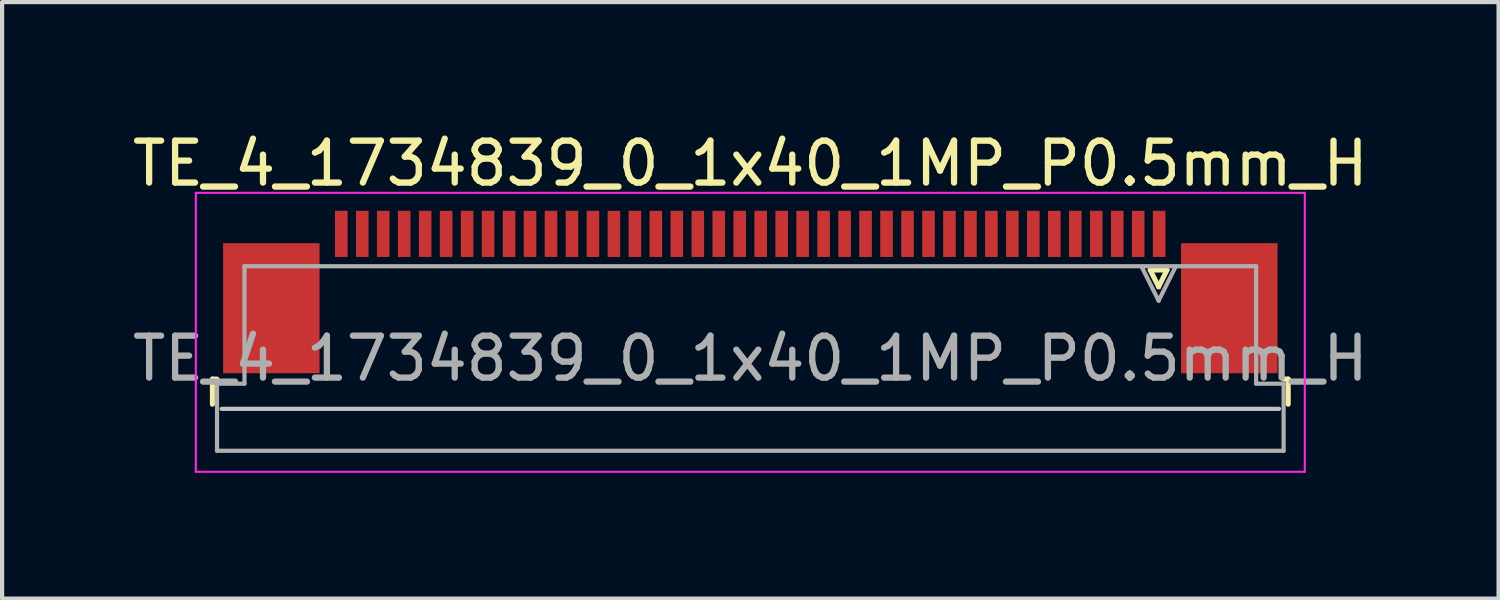
<source format=kicad_pcb>
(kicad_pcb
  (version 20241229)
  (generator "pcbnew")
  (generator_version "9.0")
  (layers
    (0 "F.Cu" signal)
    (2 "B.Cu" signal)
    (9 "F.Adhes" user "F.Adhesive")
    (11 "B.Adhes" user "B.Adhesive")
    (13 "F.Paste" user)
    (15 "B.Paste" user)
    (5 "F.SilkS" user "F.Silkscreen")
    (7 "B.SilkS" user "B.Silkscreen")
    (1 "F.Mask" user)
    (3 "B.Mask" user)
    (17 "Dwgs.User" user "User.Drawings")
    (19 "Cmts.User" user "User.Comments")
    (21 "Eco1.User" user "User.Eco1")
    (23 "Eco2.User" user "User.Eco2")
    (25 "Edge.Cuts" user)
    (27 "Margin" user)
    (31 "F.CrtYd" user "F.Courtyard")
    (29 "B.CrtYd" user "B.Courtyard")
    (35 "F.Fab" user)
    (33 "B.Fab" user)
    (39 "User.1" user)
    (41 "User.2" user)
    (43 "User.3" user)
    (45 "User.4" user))
  (footprint "TE_4_1734839_0_1x40_1MP_P0.5mm_H"
    (layer "F.Cu")
    (at 14.839 3.948)
    (property "Reference" "TE_4_1734839_0_1x40_1MP_P0.5mm_H" (at 0 -3.1 0) (layer "F.SilkS") (effects (font (size 1 1) (thickness 0.15))))
    (attr smd)
    (fp_line (start -12.825 2.04) (end -12.825 2.64) (stroke (width 0.12) (type solid)) (layer "F.SilkS"))
    (fp_line (start -12.715 2.04) (end -12.825 2.04) (stroke (width 0.12) (type solid)) (layer "F.SilkS"))
    (fp_line (start 9.535 -0.56) (end 9.735 -0.16) (stroke (width 0.12) (type solid)) (layer "F.SilkS"))
    (fp_line (start 9.735 -0.16) (end 9.935 -0.56) (stroke (width 0.12) (type solid)) (layer "F.SilkS"))
    (fp_line (start 9.935 -0.56) (end 9.535 -0.56) (stroke (width 0.12) (type solid)) (layer "F.SilkS"))
    (fp_line (start 12.715 2.04) (end 12.825 2.04) (stroke (width 0.12) (type solid)) (layer "F.SilkS"))
    (fp_line (start 12.825 2.04) (end 12.825 2.64) (stroke (width 0.12) (type solid)) (layer "F.SilkS"))
    (fp_line (start 12.605 2.75) (end -12.605 2.75) (stroke (width 0.1) (type solid)) (layer "Dwgs.User"))
    (fp_line (start -13.22 -2.4) (end -13.22 4.25) (stroke (width 0.05) (type solid)) (layer "F.CrtYd"))
    (fp_line (start -13.22 4.25) (end 13.22 4.25) (stroke (width 0.05) (type solid)) (layer "F.CrtYd"))
    (fp_line (start 13.22 -2.4) (end -13.22 -2.4) (stroke (width 0.05) (type solid)) (layer "F.CrtYd"))
    (fp_line (start 13.22 4.25) (end 13.22 -2.4) (stroke (width 0.05) (type solid)) (layer "F.CrtYd"))
    (fp_line (start -12.715 2.15) (end -12.06 2.15) (stroke (width 0.1) (type solid)) (layer "F.Fab"))
    (fp_line (start -12.715 3.75) (end -12.715 2.15) (stroke (width 0.1) (type solid)) (layer "F.Fab"))
    (fp_line (start -12.06 -0.65) (end 12.06 -0.65) (stroke (width 0.1) (type solid)) (layer "F.Fab"))
    (fp_line (start -12.06 2.15) (end -12.06 -0.65) (stroke (width 0.1) (type solid)) (layer "F.Fab"))
    (fp_line (start 9.335 -0.629) (end 9.735 0.171) (stroke (width 0.1) (type solid)) (layer "F.Fab"))
    (fp_line (start 9.735 0.171) (end 10.135 -0.629) (stroke (width 0.1) (type solid)) (layer "F.Fab"))
    (fp_line (start 12.06 -0.65) (end 12.06 2.15) (stroke (width 0.1) (type solid)) (layer "F.Fab"))
    (fp_line (start 12.06 2.15) (end 12.715 2.15) (stroke (width 0.1) (type solid)) (layer "F.Fab"))
    (fp_line (start 12.715 2.15) (end 12.715 3.75) (stroke (width 0.1) (type solid)) (layer "F.Fab"))
    (fp_line (start 12.715 3.75) (end -12.715 3.75) (stroke (width 0.1) (type solid)) (layer "F.Fab"))
    (fp_text user "${REFERENCE}" (at 0 1.55 0) (layer "F.Fab") (effects (font (size 1 1) (thickness 0.15))))
    (pad "1" smd rect (at 9.748 -1.422) (size 0.3 1.1) (layers "F.Cu" "F.Mask" "F.Paste"))
    (pad "2" smd rect (at 9.248 -1.422) (size 0.3 1.1) (layers "F.Cu" "F.Mask" "F.Paste"))
    (pad "3" smd rect (at 8.748 -1.422) (size 0.3 1.1) (layers "F.Cu" "F.Mask" "F.Paste"))
    (pad "4" smd rect (at 8.248 -1.422) (size 0.3 1.1) (layers "F.Cu" "F.Mask" "F.Paste"))
    (pad "5" smd rect (at 7.748 -1.422) (size 0.3 1.1) (layers "F.Cu" "F.Mask" "F.Paste"))
    (pad "6" smd rect (at 7.248 -1.422) (size 0.3 1.1) (layers "F.Cu" "F.Mask" "F.Paste"))
    (pad "7" smd rect (at 6.748 -1.422) (size 0.3 1.1) (layers "F.Cu" "F.Mask" "F.Paste"))
    (pad "8" smd rect (at 6.248 -1.422) (size 0.3 1.1) (layers "F.Cu" "F.Mask" "F.Paste"))
    (pad "9" smd rect (at 5.748 -1.422) (size 0.3 1.1) (layers "F.Cu" "F.Mask" "F.Paste"))
    (pad "10" smd rect (at 5.248 -1.422) (size 0.3 1.1) (layers "F.Cu" "F.Mask" "F.Paste"))
    (pad "11" smd rect (at 4.748 -1.422) (size 0.3 1.1) (layers "F.Cu" "F.Mask" "F.Paste"))
    (pad "12" smd rect (at 4.248 -1.422) (size 0.3 1.1) (layers "F.Cu" "F.Mask" "F.Paste"))
    (pad "13" smd rect (at 3.748 -1.422) (size 0.3 1.1) (layers "F.Cu" "F.Mask" "F.Paste"))
    (pad "14" smd rect (at 3.248 -1.422) (size 0.3 1.1) (layers "F.Cu" "F.Mask" "F.Paste"))
    (pad "15" smd rect (at 2.748 -1.422) (size 0.3 1.1) (layers "F.Cu" "F.Mask" "F.Paste"))
    (pad "16" smd rect (at 2.248 -1.422) (size 0.3 1.1) (layers "F.Cu" "F.Mask" "F.Paste"))
    (pad "17" smd rect (at 1.748 -1.422) (size 0.3 1.1) (layers "F.Cu" "F.Mask" "F.Paste"))
    (pad "18" smd rect (at 1.248 -1.422) (size 0.3 1.1) (layers "F.Cu" "F.Mask" "F.Paste"))
    (pad "19" smd rect (at 0.748 -1.422) (size 0.3 1.1) (layers "F.Cu" "F.Mask" "F.Paste"))
    (pad "20" smd rect (at 0.248 -1.422) (size 0.3 1.1) (layers "F.Cu" "F.Mask" "F.Paste"))
    (pad "21" smd rect (at -0.252 -1.422) (size 0.3 1.1) (layers "F.Cu" "F.Mask" "F.Paste"))
    (pad "22" smd rect (at -0.752 -1.422) (size 0.3 1.1) (layers "F.Cu" "F.Mask" "F.Paste"))
    (pad "23" smd rect (at -1.252 -1.422) (size 0.3 1.1) (layers "F.Cu" "F.Mask" "F.Paste"))
    (pad "24" smd rect (at -1.752 -1.422) (size 0.3 1.1) (layers "F.Cu" "F.Mask" "F.Paste"))
    (pad "25" smd rect (at -2.252 -1.422) (size 0.3 1.1) (layers "F.Cu" "F.Mask" "F.Paste"))
    (pad "26" smd rect (at -2.752 -1.422) (size 0.3 1.1) (layers "F.Cu" "F.Mask" "F.Paste"))
    (pad "27" smd rect (at -3.252 -1.422) (size 0.3 1.1) (layers "F.Cu" "F.Mask" "F.Paste"))
    (pad "28" smd rect (at -3.752 -1.422) (size 0.3 1.1) (layers "F.Cu" "F.Mask" "F.Paste"))
    (pad "29" smd rect (at -4.252 -1.422) (size 0.3 1.1) (layers "F.Cu" "F.Mask" "F.Paste"))
    (pad "30" smd rect (at -4.752 -1.422) (size 0.3 1.1) (layers "F.Cu" "F.Mask" "F.Paste"))
    (pad "31" smd rect (at -5.252 -1.422) (size 0.3 1.1) (layers "F.Cu" "F.Mask" "F.Paste"))
    (pad "32" smd rect (at -5.752 -1.422) (size 0.3 1.1) (layers "F.Cu" "F.Mask" "F.Paste"))
    (pad "33" smd rect (at -6.252 -1.422) (size 0.3 1.1) (layers "F.Cu" "F.Mask" "F.Paste"))
    (pad "34" smd rect (at -6.752 -1.422) (size 0.3 1.1) (layers "F.Cu" "F.Mask" "F.Paste"))
    (pad "35" smd rect (at -7.252 -1.422) (size 0.3 1.1) (layers "F.Cu" "F.Mask" "F.Paste"))
    (pad "36" smd rect (at -7.752 -1.422) (size 0.3 1.1) (layers "F.Cu" "F.Mask" "F.Paste"))
    (pad "37" smd rect (at -8.252 -1.422) (size 0.3 1.1) (layers "F.Cu" "F.Mask" "F.Paste"))
    (pad "38" smd rect (at -8.752 -1.422) (size 0.3 1.1) (layers "F.Cu" "F.Mask" "F.Paste"))
    (pad "39" smd rect (at -9.252 -1.422) (size 0.3 1.1) (layers "F.Cu" "F.Mask" "F.Paste"))
    (pad "40" smd rect (at -9.752 -1.422) (size 0.3 1.1) (layers "F.Cu" "F.Mask" "F.Paste"))
    (pad "MP" smd rect (at -11.42 0.35) (size 2.3 3.1) (layers "F.Cu" "F.Mask" "F.Paste"))
    (pad "MP" smd rect (at 11.42 0.35) (size 2.3 3.1) (layers "F.Cu" "F.Mask" "F.Paste")))
  (gr_rect
    (start -3 -3)
    (end 32.679 11.223)
    (stroke (width 0.1) (type default))
    (fill no)
    (layer "Edge.Cuts")))
</source>
